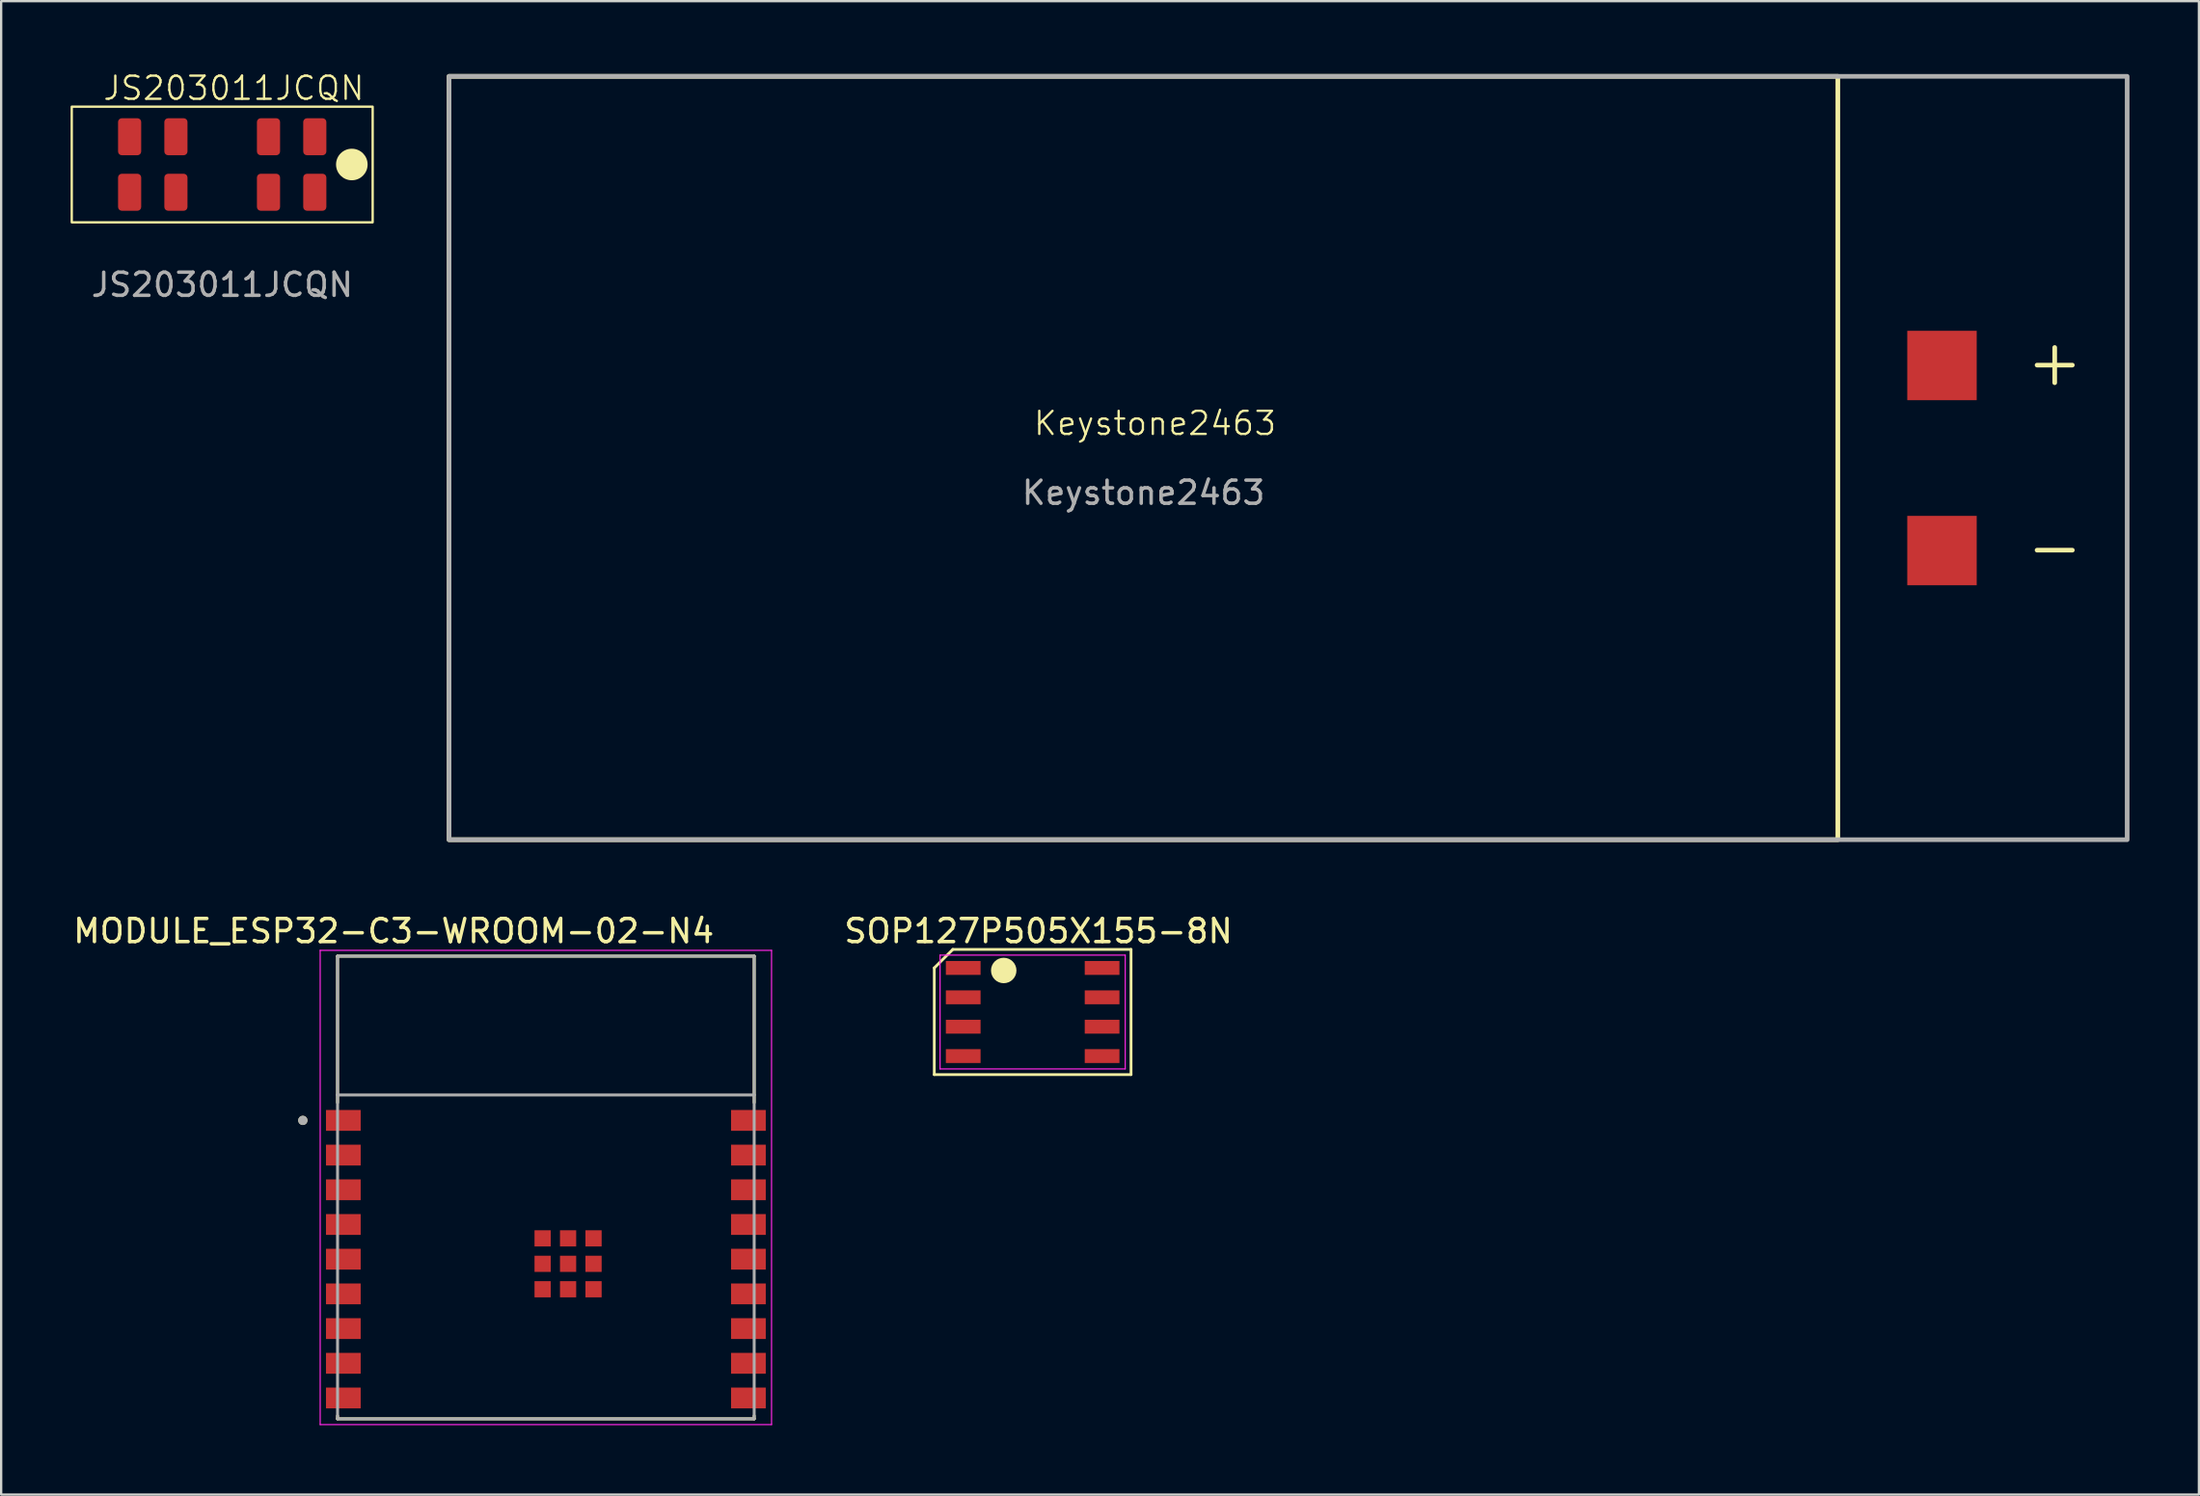
<source format=kicad_pcb>
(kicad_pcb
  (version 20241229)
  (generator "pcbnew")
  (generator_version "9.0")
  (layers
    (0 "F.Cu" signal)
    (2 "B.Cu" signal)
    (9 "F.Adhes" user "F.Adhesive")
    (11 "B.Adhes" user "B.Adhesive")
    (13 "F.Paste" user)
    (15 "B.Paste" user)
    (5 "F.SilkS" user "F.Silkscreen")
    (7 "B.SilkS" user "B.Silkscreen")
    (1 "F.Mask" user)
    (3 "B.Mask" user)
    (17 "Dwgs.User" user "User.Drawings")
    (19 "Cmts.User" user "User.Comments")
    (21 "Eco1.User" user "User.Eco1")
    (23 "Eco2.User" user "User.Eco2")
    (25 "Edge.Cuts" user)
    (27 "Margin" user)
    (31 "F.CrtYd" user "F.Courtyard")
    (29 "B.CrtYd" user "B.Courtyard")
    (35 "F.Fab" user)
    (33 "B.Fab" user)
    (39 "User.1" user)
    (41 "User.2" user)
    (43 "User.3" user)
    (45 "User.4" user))
  (footprint "SOP127P505X155-8N"
    (layer "F.Cu")
    (at 41.814 40.903)
    (property "Reference" "SOP127P505X155-8N" (at 0 -3.705 0) (layer "F.SilkS") (effects (font (size 1 1) (thickness 0.15))))
    (attr smd)
    (fp_line (start -4.5 -2.11) (end -3.7 -2.91) (stroke (width 0.12) (type default)) (layer "F.SilkS"))
    (fp_line (start -4.5 2.5) (end -4.5 -2.11) (stroke (width 0.12) (type default)) (layer "F.SilkS"))
    (fp_line (start -3.7 -2.91) (end 4 -2.91) (stroke (width 0.12) (type default)) (layer "F.SilkS"))
    (fp_line (start 4 -2.91) (end 4 2.5) (stroke (width 0.12) (type default)) (layer "F.SilkS"))
    (fp_line (start 4 2.5) (end -4.5 2.5) (stroke (width 0.12) (type default)) (layer "F.SilkS"))
    (fp_circle (center -1.5 -2) (end -1 -2) (stroke (width 0.1) (type solid)) (fill yes) (layer "F.SilkS"))
    (fp_line (start -4.25 -2.665) (end 3.75 -2.665) (stroke (width 0.05) (type default)) (layer "F.CrtYd"))
    (fp_line (start -4.25 2.255) (end -4.25 -2.665) (stroke (width 0.05) (type default)) (layer "F.CrtYd"))
    (fp_line (start 3.75 -2.665) (end 3.75 2.255) (stroke (width 0.05) (type default)) (layer "F.CrtYd"))
    (fp_line (start 3.75 2.255) (end -4.25 2.255) (stroke (width 0.05) (type default)) (layer "F.CrtYd"))
    (pad "1" smd rect (at -3.25 -2.11 270) (size 0.6 1.5) (layers "F.Cu" "F.Mask" "F.Paste"))
    (pad "2" smd rect (at -3.25 -0.84 270) (size 0.6 1.5) (layers "F.Cu" "F.Mask" "F.Paste"))
    (pad "3" smd rect (at -3.25 0.43 270) (size 0.6 1.5) (layers "F.Cu" "F.Mask" "F.Paste"))
    (pad "4" smd rect (at -3.25 1.7 270) (size 0.6 1.5) (layers "F.Cu" "F.Mask" "F.Paste"))
    (pad "5" smd rect (at 2.75 1.7 270) (size 0.6 1.5) (layers "F.Cu" "F.Mask" "F.Paste"))
    (pad "6" smd rect (at 2.75 0.43 270) (size 0.6 1.5) (layers "F.Cu" "F.Mask" "F.Paste"))
    (pad "7" smd rect (at 2.75 -0.84 270) (size 0.6 1.5) (layers "F.Cu" "F.Mask" "F.Paste"))
    (pad "8" smd rect (at 2.75 -2.11 270) (size 0.6 1.5) (layers "F.Cu" "F.Mask" "F.Paste")))
  (footprint "JS203011JCQN"
    (layer "F.Cu")
    (at 2.55 5.261)
    (property "Reference" "JS203011JCQN" (at 4.5 -4.5 0) (unlocked yes) (layer "F.SilkS") (effects (font (size 1 1) (thickness 0.1))))
    (attr smd)
    (fp_rect (start -2.5 -3.7) (end 10.5 1.3) (stroke (width 0.1) (type default)) (fill no) (layer "F.SilkS"))
    (fp_circle (center 9.6 -1.2) (end 10.232 -1.2) (stroke (width 0.1) (type solid)) (fill yes) (layer "F.SilkS"))
    (fp_text user "${REFERENCE}" (at 4 4 0) (unlocked yes) (layer "F.Fab") (effects (font (size 1 1) (thickness 0.15))))
    (pad "1" smd roundrect (at 0 0) (size 1 1.6) (layers "F.Cu" "F.Mask" "F.Paste") (roundrect_rratio 0.164))
    (pad "2" smd roundrect (at 2 0) (size 1 1.6) (layers "F.Cu" "F.Mask" "F.Paste") (roundrect_rratio 0.164))
    (pad "3" smd roundrect (at 6 0) (size 1 1.6) (layers "F.Cu" "F.Mask" "F.Paste") (roundrect_rratio 0.164))
    (pad "4" smd roundrect (at 8 0) (size 1 1.6) (layers "F.Cu" "F.Mask" "F.Paste") (roundrect_rratio 0.164))
    (pad "5" smd roundrect (at 0 -2.4) (size 1 1.6) (layers "F.Cu" "F.Mask" "F.Paste") (roundrect_rratio 0.164))
    (pad "6" smd roundrect (at 2 -2.4) (size 1 1.6) (layers "F.Cu" "F.Mask" "F.Paste") (roundrect_rratio 0.164))
    (pad "7" smd roundrect (at 6 -2.4) (size 1 1.6) (layers "F.Cu" "F.Mask" "F.Paste") (roundrect_rratio 0.164))
    (pad "8" smd roundrect (at 8 -2.4) (size 1 1.6) (layers "F.Cu" "F.Mask" "F.Paste") (roundrect_rratio 0.164)))
  (footprint "MODULE_ESP32-C3-WROOM-02-N4"
    (layer "F.Cu")
    (at 20.533 48.283)
    (property "Reference" "MODULE_ESP32-C3-WROOM-02-N4" (at -6.575 -11.085 0) (layer "F.SilkS") (effects (font (size 1 1) (thickness 0.15))))
    (attr smd)
    (fp_line (start -9 -10) (end -9 -3.67) (stroke (width 0.127) (type solid)) (layer "F.SilkS"))
    (fp_line (start -9 10) (end -9 9.87) (stroke (width 0.127) (type solid)) (layer "F.SilkS"))
    (fp_line (start -9 10) (end 9 10) (stroke (width 0.127) (type solid)) (layer "F.SilkS"))
    (fp_line (start 9 -10) (end -9 -10) (stroke (width 0.127) (type solid)) (layer "F.SilkS"))
    (fp_line (start 9 -3.67) (end 9 -10) (stroke (width 0.127) (type solid)) (layer "F.SilkS"))
    (fp_line (start 9 10) (end 9 9.87) (stroke (width 0.127) (type solid)) (layer "F.SilkS"))
    (fp_circle (center -10.5 -2.9) (end -10.4 -2.9) (stroke (width 0.2) (type solid)) (fill no) (layer "F.SilkS"))
    (fp_line (start -9.75 -10.25) (end -9.75 10.25) (stroke (width 0.05) (type solid)) (layer "F.CrtYd"))
    (fp_line (start -9.75 10.25) (end 9.75 10.25) (stroke (width 0.05) (type solid)) (layer "F.CrtYd"))
    (fp_line (start 9.75 -10.25) (end -9.75 -10.25) (stroke (width 0.05) (type solid)) (layer "F.CrtYd"))
    (fp_line (start 9.75 10.25) (end 9.75 -10.25) (stroke (width 0.05) (type solid)) (layer "F.CrtYd"))
    (fp_line (start -9 -10) (end -9 -4) (stroke (width 0.127) (type solid)) (layer "F.Fab"))
    (fp_line (start -9 -4) (end -9 10) (stroke (width 0.127) (type solid)) (layer "F.Fab"))
    (fp_line (start -9 10) (end 9 10) (stroke (width 0.127) (type solid)) (layer "F.Fab"))
    (fp_line (start 9 -10) (end -9 -10) (stroke (width 0.127) (type solid)) (layer "F.Fab"))
    (fp_line (start 9 -4) (end -9 -4) (stroke (width 0.127) (type solid)) (layer "F.Fab"))
    (fp_line (start 9 -4) (end 9 -10) (stroke (width 0.127) (type solid)) (layer "F.Fab"))
    (fp_line (start 9 10) (end 9 -4) (stroke (width 0.127) (type solid)) (layer "F.Fab"))
    (fp_circle (center -10.5 -2.9) (end -10.4 -2.9) (stroke (width 0.2) (type solid)) (fill no) (layer "F.Fab"))
    (pad "1" smd rect (at -8.75 -2.9) (size 1.5 0.9) (layers "F.Cu" "F.Mask" "F.Paste"))
    (pad "2" smd rect (at -8.75 -1.4) (size 1.5 0.9) (layers "F.Cu" "F.Mask" "F.Paste"))
    (pad "3" smd rect (at -8.75 0.1) (size 1.5 0.9) (layers "F.Cu" "F.Mask" "F.Paste"))
    (pad "4" smd rect (at -8.75 1.6) (size 1.5 0.9) (layers "F.Cu" "F.Mask" "F.Paste"))
    (pad "5" smd rect (at -8.75 3.1) (size 1.5 0.9) (layers "F.Cu" "F.Mask" "F.Paste"))
    (pad "6" smd rect (at -8.75 4.6) (size 1.5 0.9) (layers "F.Cu" "F.Mask" "F.Paste"))
    (pad "7" smd rect (at -8.75 6.1) (size 1.5 0.9) (layers "F.Cu" "F.Mask" "F.Paste"))
    (pad "8" smd rect (at -8.75 7.6) (size 1.5 0.9) (layers "F.Cu" "F.Mask" "F.Paste"))
    (pad "9" smd rect (at -8.75 9.1) (size 1.5 0.9) (layers "F.Cu" "F.Mask" "F.Paste"))
    (pad "10" smd rect (at 8.75 9.1) (size 1.5 0.9) (layers "F.Cu" "F.Mask" "F.Paste"))
    (pad "11" smd rect (at 8.75 7.6) (size 1.5 0.9) (layers "F.Cu" "F.Mask" "F.Paste"))
    (pad "12" smd rect (at 8.75 6.1) (size 1.5 0.9) (layers "F.Cu" "F.Mask" "F.Paste"))
    (pad "13" smd rect (at 8.75 4.6) (size 1.5 0.9) (layers "F.Cu" "F.Mask" "F.Paste"))
    (pad "14" smd rect (at 8.75 3.1) (size 1.5 0.9) (layers "F.Cu" "F.Mask" "F.Paste"))
    (pad "15" smd rect (at 8.75 1.6) (size 1.5 0.9) (layers "F.Cu" "F.Mask" "F.Paste"))
    (pad "16" smd rect (at 8.75 0.1) (size 1.5 0.9) (layers "F.Cu" "F.Mask" "F.Paste"))
    (pad "17" smd rect (at 8.75 -1.4) (size 1.5 0.9) (layers "F.Cu" "F.Mask" "F.Paste"))
    (pad "18" smd rect (at 8.75 -2.9) (size 1.5 0.9) (layers "F.Cu" "F.Mask" "F.Paste"))
    (pad "19-1" smd rect (at -0.14 2.2) (size 0.7 0.7) (layers "F.Cu" "F.Mask" "F.Paste"))
    (pad "19-2" smd rect (at 0.96 2.2) (size 0.7 0.7) (layers "F.Cu" "F.Mask" "F.Paste"))
    (pad "19-3" smd rect (at 2.06 2.2) (size 0.7 0.7) (layers "F.Cu" "F.Mask" "F.Paste"))
    (pad "19-4" smd rect (at -0.14 3.3) (size 0.7 0.7) (layers "F.Cu" "F.Mask" "F.Paste"))
    (pad "19-5" smd rect (at 0.96 3.3) (size 0.7 0.7) (layers "F.Cu" "F.Mask" "F.Paste"))
    (pad "19-6" smd rect (at 2.06 3.3) (size 0.7 0.7) (layers "F.Cu" "F.Mask" "F.Paste"))
    (pad "19-7" smd rect (at -0.14 4.4) (size 0.7 0.7) (layers "F.Cu" "F.Mask" "F.Paste"))
    (pad "19-8" smd rect (at 0.96 4.4) (size 0.7 0.7) (layers "F.Cu" "F.Mask" "F.Paste"))
    (pad "19-9" smd rect (at 2.06 4.4) (size 0.7 0.7) (layers "F.Cu" "F.Mask" "F.Paste"))
    (zone (net_name "") (layer "F.Cu") (hatch full 0.508) (connect_pads) (min_thickness 0.01) (filled_areas_thickness no) (keepout (tracks not_allowed) (vias not_allowed) (pads not_allowed) (copperpour not_allowed) (footprints allowed)) (placement (enabled no)) (fill) (polygon (pts (xy 11.533 38.283) (xy 29.533 38.283) (xy 29.533 44.283) (xy 11.533 44.283))))
    (zone (net_name "") (layers "F.Cu" "B.Cu") (hatch full 0.508) (connect_pads) (min_thickness 0.01) (filled_areas_thickness no) (keepout (tracks allowed) (vias not_allowed) (pads allowed) (copperpour allowed) (footprints allowed)) (placement (enabled no)) (fill) (polygon (pts (xy 11.533 38.283) (xy 29.533 38.283) (xy 29.533 44.283) (xy 11.533 44.283))))
    (zone (net_name "") (layer "B.Cu") (hatch full 0.508) (connect_pads) (min_thickness 0.01) (filled_areas_thickness no) (keepout (tracks not_allowed) (vias not_allowed) (pads not_allowed) (copperpour not_allowed) (footprints allowed)) (placement (enabled no)) (fill) (polygon (pts (xy 11.533 38.283) (xy 29.533 38.283) (xy 29.533 44.283) (xy 11.533 44.283)))))
  (footprint "Keystone2463"
    (layer "F.Cu")
    (at 16.35 0.25)
    (property "Reference" "Keystone2463" (at 30.5 15 0) (unlocked yes) (layer "F.SilkS") (effects (font (size 1 1) (thickness 0.1))))
    (attr smd)
    (fp_rect (start 0 0) (end 60 33) (stroke (width 0.2) (type solid)) (fill no) (layer "F.SilkS"))
    (fp_rect (start 0 0) (end 72.5 33) (stroke (width 0.2) (type solid)) (fill no) (layer "F.Fab"))
    (fp_text user "+" (at 68 13.5 0) (unlocked yes) (layer "F.SilkS") (effects (font (size 2 2) (thickness 0.2)) (justify left bottom)))
    (fp_text user "-" (at 68 21.5 0) (unlocked yes) (layer "F.SilkS") (effects (font (size 2 2) (thickness 0.2)) (justify left bottom)))
    (fp_text user "${REFERENCE}" (at 30 18 0) (unlocked yes) (layer "F.Fab") (effects (font (size 1 1) (thickness 0.15))))
    (pad "1" smd rect (at 64.5 12.5) (size 3 3) (layers "F.Cu" "F.Mask" "F.Paste"))
    (pad "2" smd rect (at 64.5 20.5) (size 3 3) (layers "F.Cu" "F.Mask" "F.Paste")))
  (gr_rect
    (start -3 -3)
    (end 91.95 61.558)
    (stroke (width 0.1) (type default))
    (fill no)
    (layer "Edge.Cuts")))
</source>
